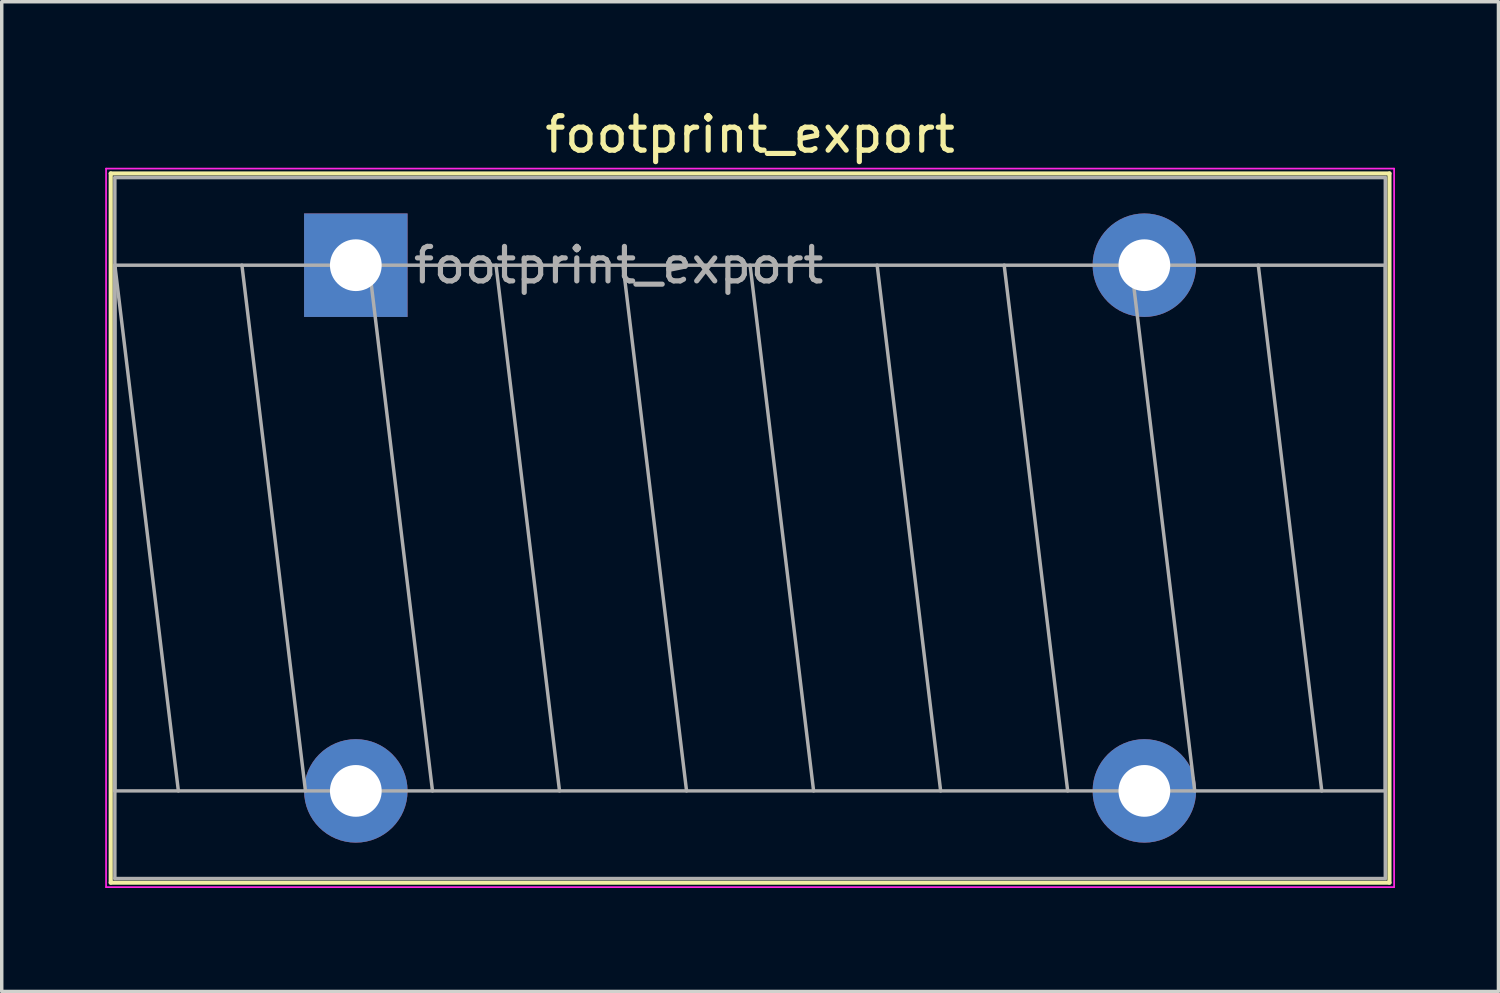
<source format=kicad_pcb>
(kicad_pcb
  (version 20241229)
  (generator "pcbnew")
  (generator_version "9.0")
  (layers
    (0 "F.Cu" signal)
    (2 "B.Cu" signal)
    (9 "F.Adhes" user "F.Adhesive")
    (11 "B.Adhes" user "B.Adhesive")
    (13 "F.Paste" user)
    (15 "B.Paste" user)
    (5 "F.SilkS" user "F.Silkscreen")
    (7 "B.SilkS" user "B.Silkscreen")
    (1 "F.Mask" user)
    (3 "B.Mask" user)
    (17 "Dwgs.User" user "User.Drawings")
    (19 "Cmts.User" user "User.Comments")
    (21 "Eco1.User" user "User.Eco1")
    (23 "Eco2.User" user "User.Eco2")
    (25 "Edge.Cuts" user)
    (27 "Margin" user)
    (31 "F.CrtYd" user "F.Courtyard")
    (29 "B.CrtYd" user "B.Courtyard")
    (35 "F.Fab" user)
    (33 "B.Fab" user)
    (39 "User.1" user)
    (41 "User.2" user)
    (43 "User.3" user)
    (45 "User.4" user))
  (footprint "footprint_export"
    (layer "F.Cu")
    (at 7.265 4.638)
    (property "Reference" "footprint_export" (at 11.43 -3.79 0) (layer "F.SilkS") (effects (font (size 1 1) (thickness 0.15))))
    (attr through_hole)
    (fp_line (start -7.105 -2.66) (end -7.105 17.9) (stroke (width 0.12) (type solid)) (layer "F.SilkS"))
    (fp_line (start -7.105 -2.66) (end 29.965 -2.66) (stroke (width 0.12) (type solid)) (layer "F.SilkS"))
    (fp_line (start -7.105 17.9) (end 29.965 17.9) (stroke (width 0.12) (type solid)) (layer "F.SilkS"))
    (fp_line (start 29.965 -2.66) (end 29.965 17.9) (stroke (width 0.12) (type solid)) (layer "F.SilkS"))
    (fp_line (start -7.24 -2.8) (end -7.24 18.03) (stroke (width 0.05) (type solid)) (layer "F.CrtYd"))
    (fp_line (start -7.24 18.03) (end 30.1 18.03) (stroke (width 0.05) (type solid)) (layer "F.CrtYd"))
    (fp_line (start 30.1 -2.8) (end -7.24 -2.8) (stroke (width 0.05) (type solid)) (layer "F.CrtYd"))
    (fp_line (start 30.1 18.03) (end 30.1 -2.8) (stroke (width 0.05) (type solid)) (layer "F.CrtYd"))
    (fp_line (start -6.985 -2.54) (end -6.985 17.78) (stroke (width 0.1) (type solid)) (layer "F.Fab"))
    (fp_line (start -6.985 0) (end -6.985 15.24) (stroke (width 0.1) (type solid)) (layer "F.Fab"))
    (fp_line (start -6.985 0) (end -5.144 15.24) (stroke (width 0.1) (type solid)) (layer "F.Fab"))
    (fp_line (start -6.985 15.24) (end 29.845 15.24) (stroke (width 0.1) (type solid)) (layer "F.Fab"))
    (fp_line (start -6.985 17.78) (end 29.845 17.78) (stroke (width 0.1) (type solid)) (layer "F.Fab"))
    (fp_line (start -3.302 0) (end -1.46 15.24) (stroke (width 0.1) (type solid)) (layer "F.Fab"))
    (fp_line (start 0.381 0) (end 2.223 15.24) (stroke (width 0.1) (type solid)) (layer "F.Fab"))
    (fp_line (start 4.064 0) (end 5.905 15.24) (stroke (width 0.1) (type solid)) (layer "F.Fab"))
    (fp_line (start 7.747 0) (end 9.588 15.24) (stroke (width 0.1) (type solid)) (layer "F.Fab"))
    (fp_line (start 11.43 0) (end 13.271 15.24) (stroke (width 0.1) (type solid)) (layer "F.Fab"))
    (fp_line (start 15.113 0) (end 16.954 15.24) (stroke (width 0.1) (type solid)) (layer "F.Fab"))
    (fp_line (start 18.796 0) (end 20.637 15.24) (stroke (width 0.1) (type solid)) (layer "F.Fab"))
    (fp_line (start 22.479 0) (end 24.32 15.24) (stroke (width 0.1) (type solid)) (layer "F.Fab"))
    (fp_line (start 26.162 0) (end 28.003 15.24) (stroke (width 0.1) (type solid)) (layer "F.Fab"))
    (fp_line (start 29.845 -2.54) (end -6.985 -2.54) (stroke (width 0.1) (type solid)) (layer "F.Fab"))
    (fp_line (start 29.845 0) (end -6.985 0) (stroke (width 0.1) (type solid)) (layer "F.Fab"))
    (fp_line (start 29.845 15.24) (end 29.845 0) (stroke (width 0.1) (type solid)) (layer "F.Fab"))
    (fp_line (start 29.845 17.78) (end 29.845 -2.54) (stroke (width 0.1) (type solid)) (layer "F.Fab"))
    (fp_text user "${REFERENCE}" (at 7.62 0 0) (layer "F.Fab") (effects (font (size 1 1) (thickness 0.15))))
    (pad "1" thru_hole rect (at 0 0) (size 3 3) (drill 1.5) (layers "*.Cu" "*.Mask"))
    (pad "2" thru_hole circle (at 0 15.24) (size 3 3) (drill 1.5) (layers "*.Cu" "*.Mask"))
    (pad "3" thru_hole circle (at 22.86 15.24) (size 3 3) (drill 1.5) (layers "*.Cu" "*.Mask"))
    (pad "4" thru_hole circle (at 22.86 0) (size 3 3) (drill 1.5) (layers "*.Cu" "*.Mask")))
  (gr_rect
    (start -3 -3)
    (end 40.39 25.693)
    (stroke (width 0.1) (type default))
    (fill no)
    (layer "Edge.Cuts")))
</source>
